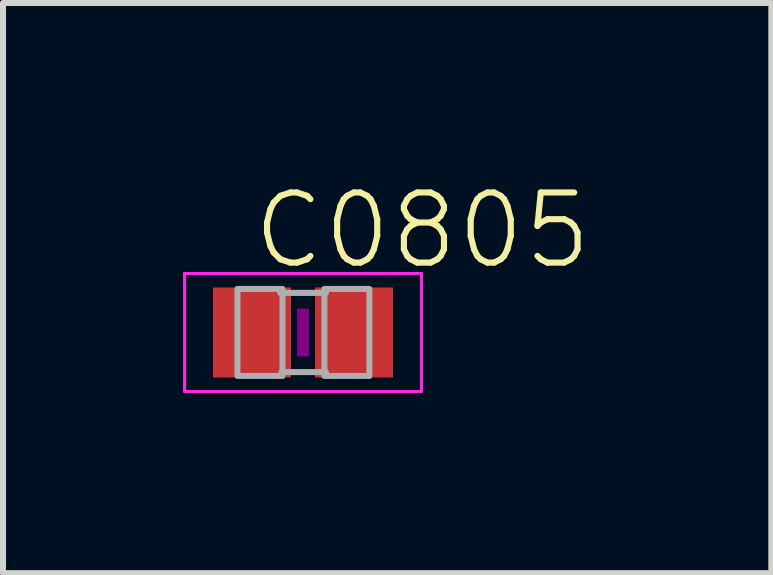
<source format=kicad_pcb>
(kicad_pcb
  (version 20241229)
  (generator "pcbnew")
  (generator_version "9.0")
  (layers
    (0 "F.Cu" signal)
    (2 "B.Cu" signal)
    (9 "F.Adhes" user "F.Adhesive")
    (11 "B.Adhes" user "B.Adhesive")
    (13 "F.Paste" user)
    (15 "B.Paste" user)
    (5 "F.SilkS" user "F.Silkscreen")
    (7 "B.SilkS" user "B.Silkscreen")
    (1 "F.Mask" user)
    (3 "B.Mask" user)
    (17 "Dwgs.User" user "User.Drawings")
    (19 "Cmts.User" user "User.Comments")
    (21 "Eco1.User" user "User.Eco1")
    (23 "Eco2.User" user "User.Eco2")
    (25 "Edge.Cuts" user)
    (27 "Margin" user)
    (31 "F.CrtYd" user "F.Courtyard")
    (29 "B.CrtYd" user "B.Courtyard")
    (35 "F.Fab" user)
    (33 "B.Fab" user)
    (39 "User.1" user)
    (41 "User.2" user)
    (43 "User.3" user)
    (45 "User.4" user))
  (footprint "C0805"
    (layer "F.Cu")
    (at 1.998 2.489)
    (property "Reference" "C0805" (at -0.889 -1.016 0) (layer "F.SilkS") (effects (font (size 1.168 1.168) (thickness 0.102)) (justify left bottom)))
    (fp_poly (pts (xy -0.1 0.4) (xy 0.1 0.4) (xy 0.1 -0.4) (xy -0.1 -0.4)) (stroke (width 0) (type solid)) (fill yes) (layer "F.Adhes"))
    (fp_line (start -1.973 -0.983) (end 1.973 -0.983) (stroke (width 0.051) (type solid)) (layer "F.CrtYd"))
    (fp_line (start -1.973 0.983) (end -1.973 -0.983) (stroke (width 0.051) (type solid)) (layer "F.CrtYd"))
    (fp_line (start 1.973 -0.983) (end 1.973 0.983) (stroke (width 0.051) (type solid)) (layer "F.CrtYd"))
    (fp_line (start 1.973 0.983) (end -1.973 0.983) (stroke (width 0.051) (type solid)) (layer "F.CrtYd"))
    (fp_line (start -0.381 -0.66) (end 0.381 -0.66) (stroke (width 0.102) (type solid)) (layer "F.Fab"))
    (fp_line (start -0.356 0.66) (end 0.381 0.66) (stroke (width 0.102) (type solid)) (layer "F.Fab"))
    (fp_poly (pts (xy -1.092 0.724) (xy -0.342 0.724) (xy -0.342 -0.726) (xy -1.092 -0.726)) (stroke (width 0.1) (type solid)) (fill no) (layer "F.Fab"))
    (fp_poly (pts (xy 0.356 0.724) (xy 1.106 0.724) (xy 1.106 -0.726) (xy 0.356 -0.726)) (stroke (width 0.1) (type solid)) (fill no) (layer "F.Fab"))
    (pad "1" smd rect (at -0.85 0) (size 1.3 1.5) (layers "F.Cu" "F.Mask" "F.Paste"))
    (pad "2" smd rect (at 0.85 0) (size 1.3 1.5) (layers "F.Cu" "F.Mask" "F.Paste")))
  (gr_rect
    (start -3 -3)
    (end 9.8 6.498)
    (stroke (width 0.1) (type default))
    (fill no)
    (layer "Edge.Cuts")))
</source>
